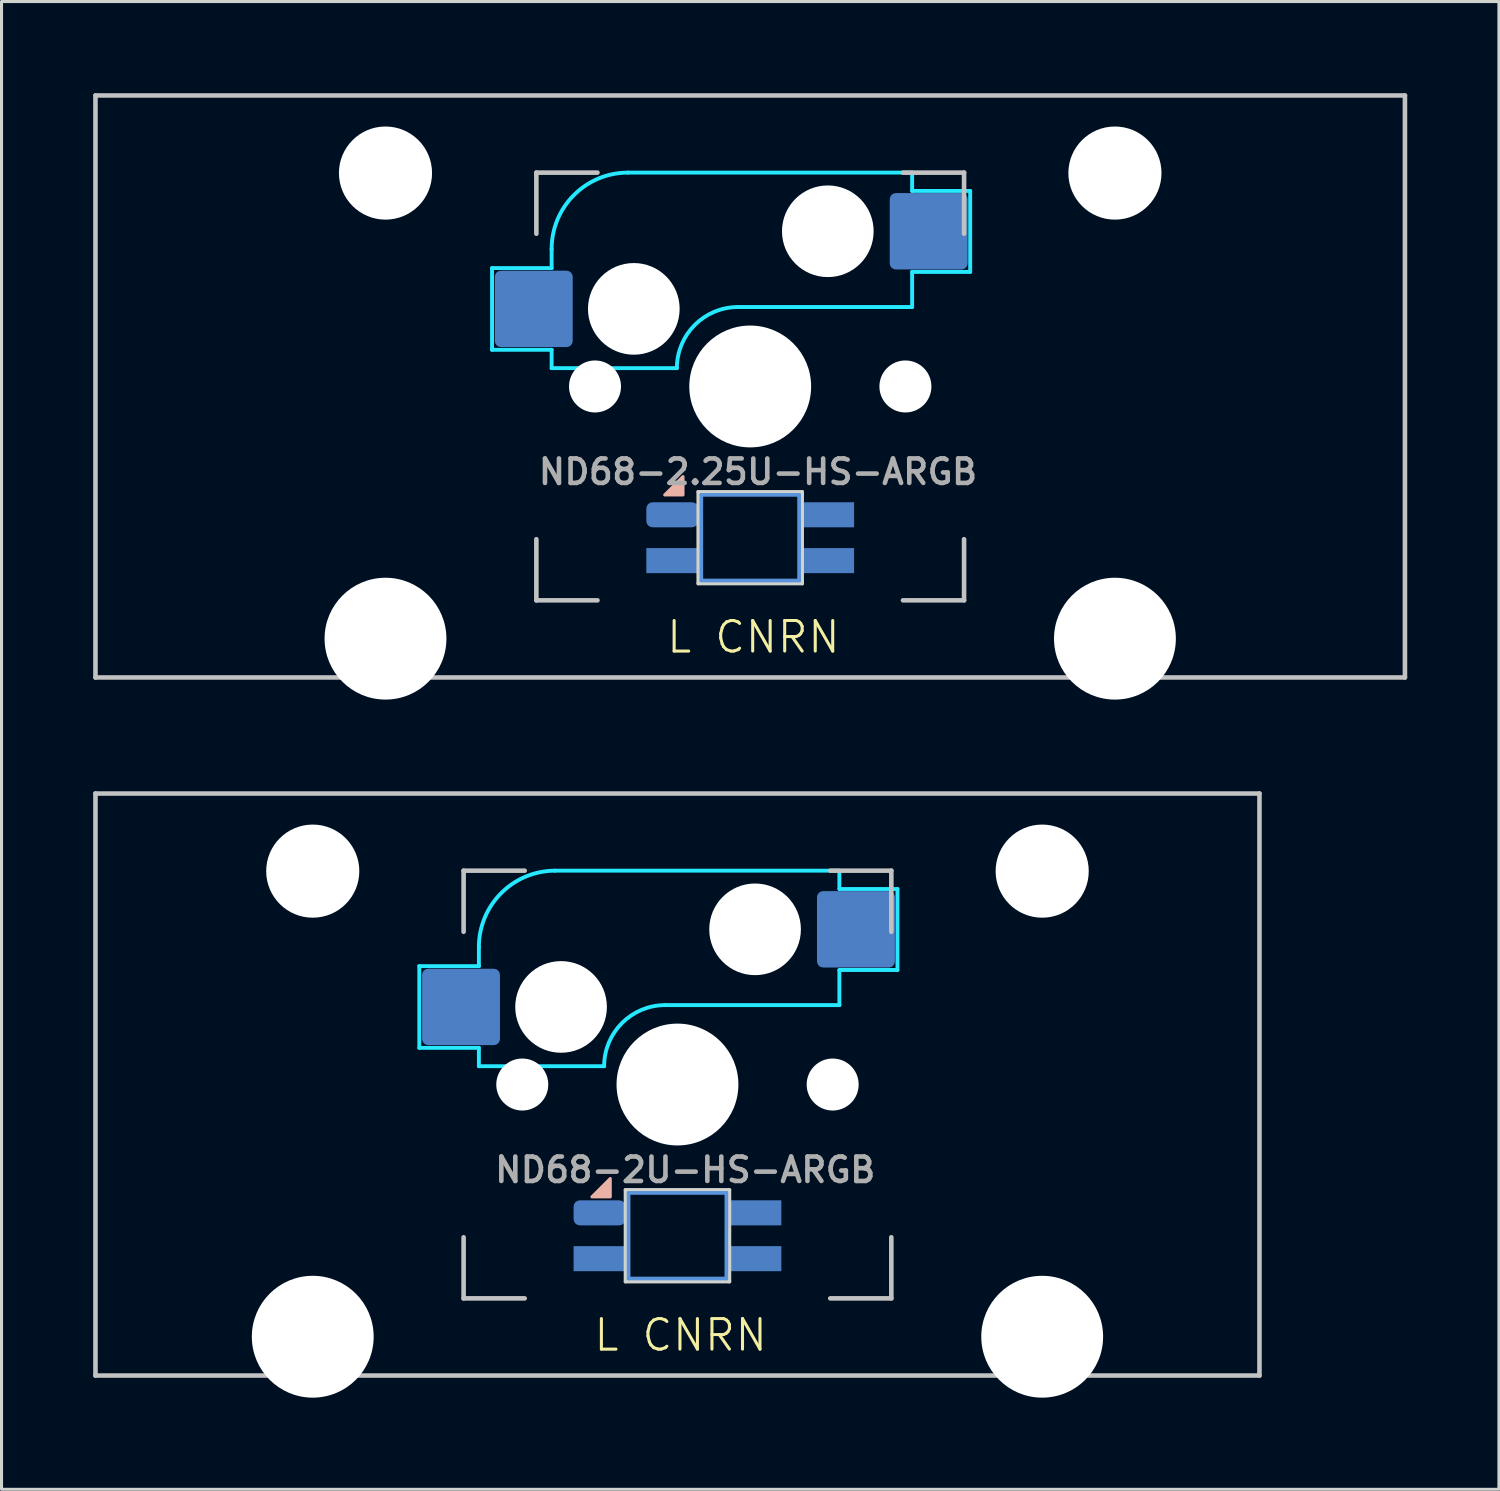
<source format=kicad_pcb>
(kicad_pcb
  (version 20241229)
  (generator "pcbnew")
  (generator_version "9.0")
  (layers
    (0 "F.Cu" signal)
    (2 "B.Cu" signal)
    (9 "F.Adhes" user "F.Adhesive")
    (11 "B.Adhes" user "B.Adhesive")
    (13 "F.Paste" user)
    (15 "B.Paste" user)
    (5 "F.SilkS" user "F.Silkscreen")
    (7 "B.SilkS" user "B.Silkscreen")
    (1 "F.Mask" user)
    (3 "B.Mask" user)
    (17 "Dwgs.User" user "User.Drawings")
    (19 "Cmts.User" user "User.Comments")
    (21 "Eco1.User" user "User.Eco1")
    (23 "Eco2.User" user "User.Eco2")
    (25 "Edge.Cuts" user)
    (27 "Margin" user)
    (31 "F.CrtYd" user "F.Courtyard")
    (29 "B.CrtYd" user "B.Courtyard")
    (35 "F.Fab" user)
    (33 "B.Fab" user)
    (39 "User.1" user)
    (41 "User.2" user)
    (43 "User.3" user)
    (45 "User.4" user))
  (footprint "ND68-2.25U-HS-ARGB"
    (layer "F.Cu")
    (at 21.506 9.6)
    (property "Reference" "ND68-2.25U-HS-ARGB" (at 0.254 2.794 0) (layer "F.Fab") (effects (font (size 0.8 0.8) (thickness 0.15))))
    (attr smd)
    (fp_poly (pts (xy -2.8 3.55) (xy -2.2 3.55) (xy -2.2 2.95)) (stroke (width 0.1) (type solid)) (fill yes) (layer "B.SilkS"))
    (fp_line (start -21.431 9.525) (end -21.431 -9.525) (stroke (width 0.15) (type solid)) (layer "Dwgs.User"))
    (fp_line (start -7 -7) (end -7 -5) (stroke (width 0.15) (type solid)) (layer "Dwgs.User"))
    (fp_line (start -7 5) (end -7 7) (stroke (width 0.15) (type solid)) (layer "Dwgs.User"))
    (fp_line (start -7 7) (end -5 7) (stroke (width 0.15) (type solid)) (layer "Dwgs.User"))
    (fp_line (start -5 -7) (end -7 -7) (stroke (width 0.15) (type solid)) (layer "Dwgs.User"))
    (fp_line (start 5 -7) (end 7 -7) (stroke (width 0.15) (type solid)) (layer "Dwgs.User"))
    (fp_line (start 5 7) (end 7 7) (stroke (width 0.15) (type solid)) (layer "Dwgs.User"))
    (fp_line (start 7 -7) (end 7 -5) (stroke (width 0.15) (type solid)) (layer "Dwgs.User"))
    (fp_line (start 7 7) (end 7 5) (stroke (width 0.15) (type solid)) (layer "Dwgs.User"))
    (fp_line (start 21.431 -9.525) (end -21.431 -9.525) (stroke (width 0.15) (type solid)) (layer "Dwgs.User"))
    (fp_line (start 21.431 9.525) (end -21.431 9.525) (stroke (width 0.15) (type solid)) (layer "Dwgs.User"))
    (fp_line (start 21.431 9.525) (end 21.431 -9.525) (stroke (width 0.15) (type solid)) (layer "Dwgs.User"))
    (fp_line (start -1.6 3.55) (end -1.6 6.35) (stroke (width 0.12) (type solid)) (layer "Cmts.User"))
    (fp_line (start -1.6 6.35) (end 1.6 6.35) (stroke (width 0.12) (type solid)) (layer "Cmts.User"))
    (fp_line (start 1.6 3.55) (end -1.6 3.55) (stroke (width 0.12) (type solid)) (layer "Cmts.User"))
    (fp_line (start 1.6 6.35) (end 1.6 3.55) (stroke (width 0.12) (type solid)) (layer "Cmts.User"))
    (fp_line (start -1.7 3.45) (end -1.7 6.45) (stroke (width 0.12) (type solid)) (layer "Edge.Cuts"))
    (fp_line (start -1.7 6.45) (end 1.7 6.45) (stroke (width 0.12) (type solid)) (layer "Edge.Cuts"))
    (fp_line (start 1.7 3.45) (end -1.7 3.45) (stroke (width 0.12) (type solid)) (layer "Edge.Cuts"))
    (fp_line (start 1.7 6.45) (end 1.7 3.45) (stroke (width 0.12) (type solid)) (layer "Edge.Cuts"))
    (fp_line (start -8.45 -3.875) (end -8.45 -1.2) (stroke (width 0.127) (type solid)) (layer "B.CrtYd"))
    (fp_line (start -8.45 -1.2) (end -6.5 -1.2) (stroke (width 0.127) (type solid)) (layer "B.CrtYd"))
    (fp_line (start -6.5 -4.5) (end -6.5 -3.875) (stroke (width 0.127) (type solid)) (layer "B.CrtYd"))
    (fp_line (start -6.5 -3.875) (end -8.45 -3.875) (stroke (width 0.127) (type solid)) (layer "B.CrtYd"))
    (fp_line (start -6.5 -0.6) (end -6.5 -1.2) (stroke (width 0.127) (type solid)) (layer "B.CrtYd"))
    (fp_line (start -6.5 -0.6) (end -2.4 -0.6) (stroke (width 0.127) (type solid)) (layer "B.CrtYd"))
    (fp_line (start -0.4 -2.6) (end 5.3 -2.6) (stroke (width 0.127) (type solid)) (layer "B.CrtYd"))
    (fp_line (start 5.3 -7) (end -4 -7) (stroke (width 0.127) (type solid)) (layer "B.CrtYd"))
    (fp_line (start 5.3 -7) (end 5.3 -6.4) (stroke (width 0.127) (type solid)) (layer "B.CrtYd"))
    (fp_line (start 5.3 -6.4) (end 7.2 -6.4) (stroke (width 0.127) (type solid)) (layer "B.CrtYd"))
    (fp_line (start 5.3 -2.6) (end 5.3 -3.75) (stroke (width 0.127) (type solid)) (layer "B.CrtYd"))
    (fp_line (start 7.2 -6.4) (end 7.2 -3.75) (stroke (width 0.127) (type solid)) (layer "B.CrtYd"))
    (fp_line (start 7.2 -3.75) (end 5.3 -3.75) (stroke (width 0.127) (type solid)) (layer "B.CrtYd"))
    (fp_arc (start -6.5 -4.5) (mid -5.767767 -6.267767) (end -4 -7) (stroke (width 0.127) (type solid)) (layer "B.CrtYd"))
    (fp_arc (start -2.4 -0.6) (mid -1.814214 -2.014214) (end -0.4 -2.6) (stroke (width 0.127) (type solid)) (layer "B.CrtYd"))
    (fp_text user "L CNRN" (at -2.794 8.788 0) (unlocked yes) (layer "F.SilkS") (effects (font (size 1 1) (thickness 0.1)) (justify left bottom)))
    (pad "" np_thru_hole circle (at -11.938 -6.985) (size 3.048 3.048) (drill 3.048) (layers "*.Cu" "*.Mask"))
    (pad "" np_thru_hole circle (at -11.938 8.255) (size 3.988 3.988) (drill 3.988) (layers "*.Cu" "*.Mask"))
    (pad "" np_thru_hole circle (at -5.08 0 48.099) (size 1.702 1.702) (drill 1.702) (layers "*.Cu" "*.Mask"))
    (pad "" np_thru_hole circle (at -3.81 -2.54) (size 3 3) (drill 3) (layers "*.Cu" "*.Mask"))
    (pad "" np_thru_hole circle (at 0 0) (size 3.988 3.988) (drill 3.988) (layers "*.Cu" "*.Mask"))
    (pad "" np_thru_hole circle (at 2.54 -5.08) (size 3 3) (drill 3) (layers "*.Cu" "*.Mask"))
    (pad "" np_thru_hole circle (at 5.08 0 48.099) (size 1.702 1.702) (drill 1.702) (layers "*.Cu" "*.Mask"))
    (pad "" np_thru_hole circle (at 11.938 -6.985) (size 3.048 3.048) (drill 3.048) (layers "*.Cu" "*.Mask"))
    (pad "" np_thru_hole circle (at 11.938 8.255) (size 3.988 3.988) (drill 3.988) (layers "*.Cu" "*.Mask"))
    (pad "1" smd rect (at 2.55 5.7) (size 1.7 0.82) (layers "B.Cu" "B.Mask" "B.Paste"))
    (pad "2" smd rect (at 2.55 4.2) (size 1.7 0.82) (layers "B.Cu" "B.Mask" "B.Paste"))
    (pad "3" smd roundrect (at -2.55 4.2) (size 1.7 0.82) (layers "B.Cu" "B.Mask" "B.Paste") (roundrect_rratio 0.25))
    (pad "4" smd rect (at -2.55 5.7) (size 1.7 0.82) (layers "B.Cu" "B.Mask" "B.Paste"))
    (pad "5" smd roundrect (at -7.085 -2.54) (size 2.55 2.5) (layers "B.Cu" "B.Mask" "B.Paste") (roundrect_rratio 0.08))
    (pad "6" smd roundrect (at 5.842 -5.08) (size 2.55 2.5) (layers "B.Cu" "B.Mask" "B.Paste") (roundrect_rratio 0.08)))
  (footprint "ND68-2U-HS-ARGB"
    (layer "F.Cu")
    (at 19.125 32.449)
    (property "Reference" "ND68-2U-HS-ARGB" (at 0.254 2.794 0) (layer "F.Fab") (effects (font (size 0.8 0.8) (thickness 0.15))))
    (attr smd)
    (fp_poly (pts (xy -2.8 3.677) (xy -2.2 3.677) (xy -2.2 3.077)) (stroke (width 0.1) (type solid)) (fill yes) (layer "B.SilkS"))
    (fp_line (start -19.05 9.525) (end -19.05 -9.525) (stroke (width 0.15) (type solid)) (layer "Dwgs.User"))
    (fp_line (start -7 -7) (end -7 -5) (stroke (width 0.15) (type solid)) (layer "Dwgs.User"))
    (fp_line (start -7 5) (end -7 7) (stroke (width 0.15) (type solid)) (layer "Dwgs.User"))
    (fp_line (start -7 7) (end -5 7) (stroke (width 0.15) (type solid)) (layer "Dwgs.User"))
    (fp_line (start -5 -7) (end -7 -7) (stroke (width 0.15) (type solid)) (layer "Dwgs.User"))
    (fp_line (start 5 -7) (end 7 -7) (stroke (width 0.15) (type solid)) (layer "Dwgs.User"))
    (fp_line (start 5 7) (end 7 7) (stroke (width 0.15) (type solid)) (layer "Dwgs.User"))
    (fp_line (start 7 -7) (end 7 -5) (stroke (width 0.15) (type solid)) (layer "Dwgs.User"))
    (fp_line (start 7 7) (end 7 5) (stroke (width 0.15) (type solid)) (layer "Dwgs.User"))
    (fp_line (start 19.05 -9.525) (end -19.05 -9.525) (stroke (width 0.15) (type solid)) (layer "Dwgs.User"))
    (fp_line (start 19.05 9.525) (end -19.05 9.525) (stroke (width 0.15) (type solid)) (layer "Dwgs.User"))
    (fp_line (start 19.05 9.525) (end 19.05 -9.525) (stroke (width 0.15) (type solid)) (layer "Dwgs.User"))
    (fp_line (start -1.6 3.55) (end -1.6 6.35) (stroke (width 0.12) (type solid)) (layer "Cmts.User"))
    (fp_line (start -1.6 6.35) (end 1.6 6.35) (stroke (width 0.12) (type solid)) (layer "Cmts.User"))
    (fp_line (start 1.6 3.55) (end -1.6 3.55) (stroke (width 0.12) (type solid)) (layer "Cmts.User"))
    (fp_line (start 1.6 6.35) (end 1.6 3.55) (stroke (width 0.12) (type solid)) (layer "Cmts.User"))
    (fp_line (start -1.7 3.45) (end -1.7 6.45) (stroke (width 0.12) (type solid)) (layer "Edge.Cuts"))
    (fp_line (start -1.7 6.45) (end 1.7 6.45) (stroke (width 0.12) (type solid)) (layer "Edge.Cuts"))
    (fp_line (start 1.7 3.45) (end -1.7 3.45) (stroke (width 0.12) (type solid)) (layer "Edge.Cuts"))
    (fp_line (start 1.7 6.45) (end 1.7 3.45) (stroke (width 0.12) (type solid)) (layer "Edge.Cuts"))
    (fp_line (start -8.45 -3.875) (end -8.45 -1.2) (stroke (width 0.127) (type solid)) (layer "B.CrtYd"))
    (fp_line (start -8.45 -1.2) (end -6.5 -1.2) (stroke (width 0.127) (type solid)) (layer "B.CrtYd"))
    (fp_line (start -6.5 -4.5) (end -6.5 -3.875) (stroke (width 0.127) (type solid)) (layer "B.CrtYd"))
    (fp_line (start -6.5 -3.875) (end -8.45 -3.875) (stroke (width 0.127) (type solid)) (layer "B.CrtYd"))
    (fp_line (start -6.5 -0.6) (end -6.5 -1.2) (stroke (width 0.127) (type solid)) (layer "B.CrtYd"))
    (fp_line (start -6.5 -0.6) (end -2.4 -0.6) (stroke (width 0.127) (type solid)) (layer "B.CrtYd"))
    (fp_line (start -0.4 -2.6) (end 5.3 -2.6) (stroke (width 0.127) (type solid)) (layer "B.CrtYd"))
    (fp_line (start 5.3 -7) (end -4 -7) (stroke (width 0.127) (type solid)) (layer "B.CrtYd"))
    (fp_line (start 5.3 -7) (end 5.3 -6.4) (stroke (width 0.127) (type solid)) (layer "B.CrtYd"))
    (fp_line (start 5.3 -6.4) (end 7.2 -6.4) (stroke (width 0.127) (type solid)) (layer "B.CrtYd"))
    (fp_line (start 5.3 -2.6) (end 5.3 -3.75) (stroke (width 0.127) (type solid)) (layer "B.CrtYd"))
    (fp_line (start 7.2 -6.4) (end 7.2 -3.75) (stroke (width 0.127) (type solid)) (layer "B.CrtYd"))
    (fp_line (start 7.2 -3.75) (end 5.3 -3.75) (stroke (width 0.127) (type solid)) (layer "B.CrtYd"))
    (fp_arc (start -6.5 -4.5) (mid -5.767767 -6.267767) (end -4 -7) (stroke (width 0.127) (type solid)) (layer "B.CrtYd"))
    (fp_arc (start -2.4 -0.6) (mid -1.814214 -2.014214) (end -0.4 -2.6) (stroke (width 0.127) (type solid)) (layer "B.CrtYd"))
    (fp_text user "L CNRN" (at -2.794 8.788 0) (unlocked yes) (layer "F.SilkS") (effects (font (size 1 1) (thickness 0.1)) (justify left bottom)))
    (pad "" np_thru_hole circle (at -11.938 -6.985) (size 3.048 3.048) (drill 3.048) (layers "*.Cu" "*.Mask"))
    (pad "" np_thru_hole circle (at -11.938 8.255) (size 3.988 3.988) (drill 3.988) (layers "*.Cu" "*.Mask"))
    (pad "" np_thru_hole circle (at -5.08 0 48.099) (size 1.702 1.702) (drill 1.702) (layers "*.Cu" "*.Mask"))
    (pad "" np_thru_hole circle (at -3.81 -2.54) (size 3 3) (drill 3) (layers "*.Cu" "*.Mask"))
    (pad "" np_thru_hole circle (at 0 0) (size 3.988 3.988) (drill 3.988) (layers "*.Cu" "*.Mask"))
    (pad "" np_thru_hole circle (at 2.54 -5.08) (size 3 3) (drill 3) (layers "*.Cu" "*.Mask"))
    (pad "" np_thru_hole circle (at 5.08 0 48.099) (size 1.702 1.702) (drill 1.702) (layers "*.Cu" "*.Mask"))
    (pad "" np_thru_hole circle (at 11.938 -6.985) (size 3.048 3.048) (drill 3.048) (layers "*.Cu" "*.Mask"))
    (pad "" np_thru_hole circle (at 11.938 8.255) (size 3.988 3.988) (drill 3.988) (layers "*.Cu" "*.Mask"))
    (pad "1" smd roundrect (at -7.085 -2.54) (size 2.55 2.5) (layers "B.Cu" "B.Mask" "B.Paste") (roundrect_rratio 0.08))
    (pad "1" smd rect (at 2.55 5.7) (size 1.7 0.82) (layers "B.Cu" "B.Mask" "B.Paste"))
    (pad "2" smd rect (at 2.55 4.2) (size 1.7 0.82) (layers "B.Cu" "B.Mask" "B.Paste"))
    (pad "2" smd roundrect (at 5.842 -5.08) (size 2.55 2.5) (layers "B.Cu" "B.Mask" "B.Paste") (roundrect_rratio 0.08))
    (pad "3" smd roundrect (at -2.55 4.2) (size 1.7 0.82) (layers "B.Cu" "B.Mask" "B.Paste") (roundrect_rratio 0.25))
    (pad "4" smd rect (at -2.55 5.7) (size 1.7 0.82) (layers "B.Cu" "B.Mask" "B.Paste")))
  (gr_rect
    (start -3 -3)
    (end 46.013 45.698)
    (stroke (width 0.1) (type default))
    (fill no)
    (layer "Edge.Cuts")))
</source>
